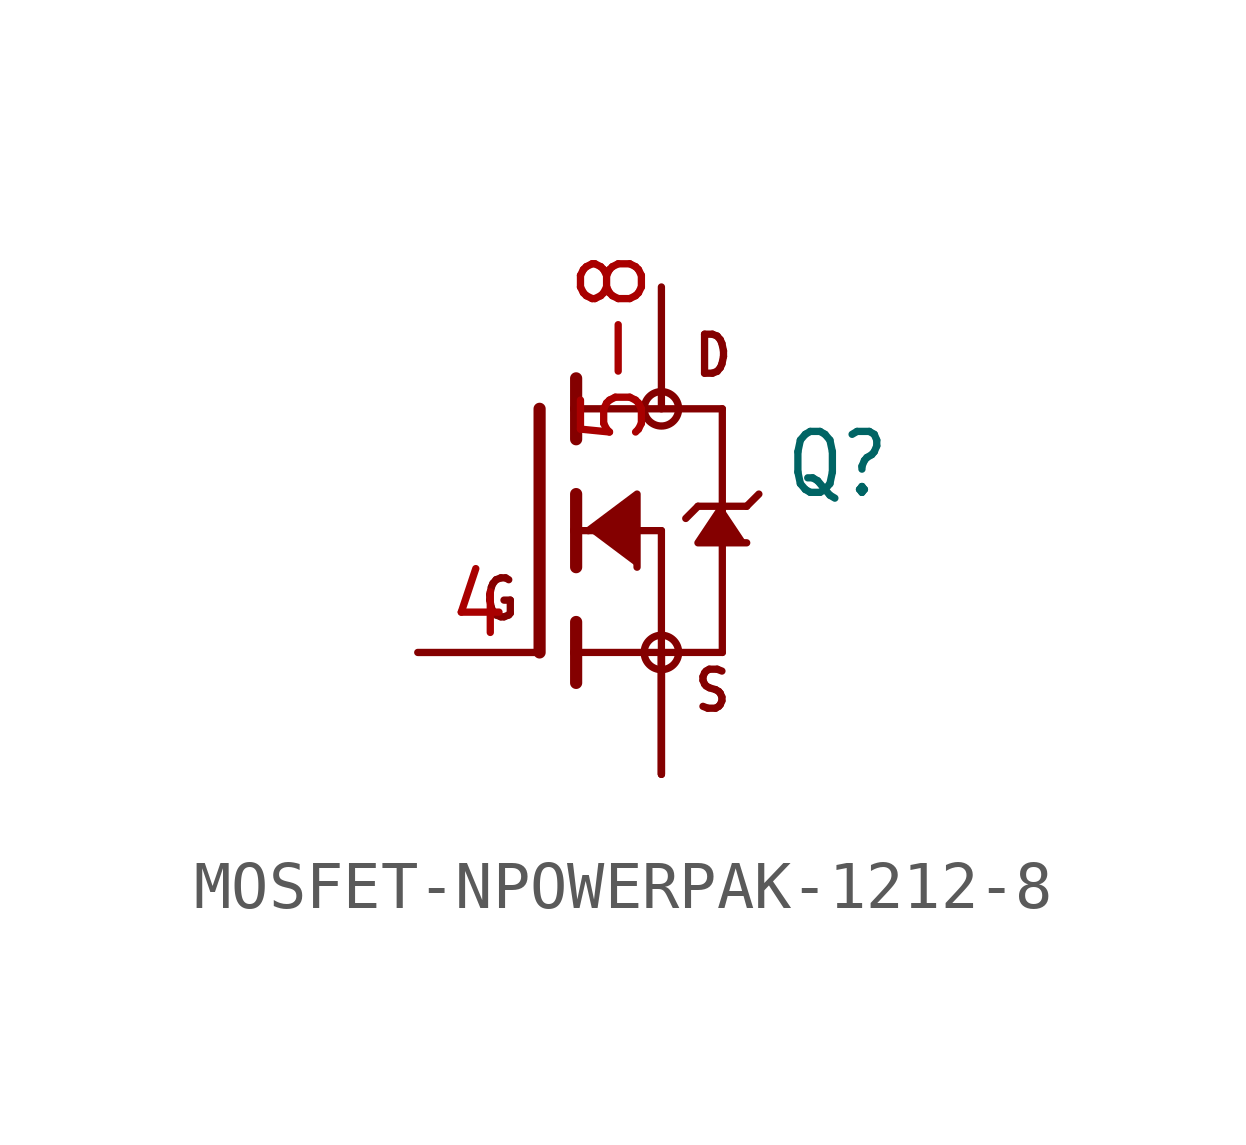
<source format=kicad_sym>
(kicad_symbol_lib
  (version 20220914)
  (generator kicad_symbol_editor)
  (symbol "MOSFET-NPOWERPAK-1212-8"
    (property "Reference" "Q"
      (at 5.08 0.635 0)
      (effects (font (size 1.27 1.079)) (justify left bottom)))
    (property "Value" ""
      (at 5.08 -1.27 0)
      (effects (font (size 1.27 1.079)) (justify left bottom)))
    (property "ki_locked" ""
      (at 0 0 0)
      (effects (font (size 1.27 1.27))))
    (symbol "MOSFET-NPOWERPAK-1212-8_1_0"
      (polyline (pts (xy 0 2.54) (xy 0 -2.54)) (stroke (width 0.254) (type solid)) (fill (type none)))
      (polyline (pts (xy 0.762 -2.54) (xy 0.762 -3.175)) (stroke (width 0.254) (type solid)) (fill (type none)))
      (polyline (pts (xy 0.762 -1.905) (xy 0.762 -2.54)) (stroke (width 0.254) (type solid)) (fill (type none)))
      (polyline (pts (xy 0.762 0) (xy 0.762 -0.762)) (stroke (width 0.254) (type solid)) (fill (type none)))
      (polyline (pts (xy 0.762 0) (xy 2.54 0)) (stroke (width 0.152) (type solid)) (fill (type none)))
      (polyline (pts (xy 0.762 0.762) (xy 0.762 0)) (stroke (width 0.254) (type solid)) (fill (type none)))
      (polyline (pts (xy 0.762 2.54) (xy 0.762 1.905)) (stroke (width 0.254) (type solid)) (fill (type none)))
      (polyline (pts (xy 0.762 2.54) (xy 3.81 2.54)) (stroke (width 0.152) (type solid)) (fill (type none)))
      (polyline (pts (xy 0.762 3.175) (xy 0.762 2.54)) (stroke (width 0.254) (type solid)) (fill (type none)))
      (polyline (pts (xy 2.54 -2.54) (xy 0.762 -2.54)) (stroke (width 0.152) (type solid)) (fill (type none)))
      (polyline (pts (xy 2.54 -2.54) (xy 3.81 -2.54)) (stroke (width 0.152) (type solid)) (fill (type none)))
      (polyline (pts (xy 2.54 0) (xy 2.54 -2.54)) (stroke (width 0.152) (type solid)) (fill (type none)))
      (polyline (pts (xy 3.302 0.508) (xy 3.048 0.254)) (stroke (width 0.152) (type solid)) (fill (type none)))
      (polyline (pts (xy 3.81 0.508) (xy 3.302 0.508)) (stroke (width 0.152) (type solid)) (fill (type none)))
      (polyline (pts (xy 3.81 0.508) (xy 3.81 -2.54)) (stroke (width 0.152) (type solid)) (fill (type none)))
      (polyline (pts (xy 3.81 2.54) (xy 3.81 0.508)) (stroke (width 0.152) (type solid)) (fill (type none)))
      (polyline (pts (xy 4.318 0.508) (xy 3.81 0.508)) (stroke (width 0.152) (type solid)) (fill (type none)))
      (polyline (pts (xy 4.572 0.762) (xy 4.318 0.508)) (stroke (width 0.152) (type solid)) (fill (type none)))
      (polyline (pts (xy 1.016 0) (xy 2.032 0.762) (xy 2.032 -0.762)) (stroke (width 0) (type default)) (fill (type outline)))
      (polyline (pts (xy 3.81 0.508) (xy 3.302 -0.254) (xy 4.318 -0.254)) (stroke (width 0) (type default)) (fill (type outline)))
      (circle (center 2.54 -2.54) (radius 0.359) (stroke (width 0) (type solid)) (fill (type none)))
      (circle (center 2.54 2.54) (radius 0.359) (stroke (width 0) (type solid)) (fill (type none)))
      (text "D" (at 3.175 3.175 0) (effects (font (size 0.813 0.691)) (justify left bottom)))
      (text "G" (at -1.27 -1.905 0) (effects (font (size 0.813 0.691)) (justify left bottom)))
      (text "S" (at 3.175 -3.81 0) (effects (font (size 0.813 0.691)) (justify left bottom)))
      (pin bidirectional line (at 2.54 -5.08 90) (length 2.54) (name "S" (effects (font (size 0 0)))) (number "1" (effects (font (size 0 0)))))
      (pin bidirectional line (at 2.54 -5.08 90) (length 2.54) (name "S" (effects (font (size 0 0)))) (number "2" (effects (font (size 0 0)))))
      (pin bidirectional line (at 2.54 -5.08 90) (length 2.54) (name "S" (effects (font (size 0 0)))) (number "3" (effects (font (size 0 0)))))
      (pin bidirectional line (at -2.54 -2.54 0) (length 2.54) (name "G" (effects (font (size 0 0)))) (number "4" (effects (font (size 1.27 1.27)))))
      (pin bidirectional line (at 2.54 5.08 270) (length 2.54) (name "D" (effects (font (size 0 0)))) (number "5-8" (effects (font (size 1.27 1.27))))))))
</source>
